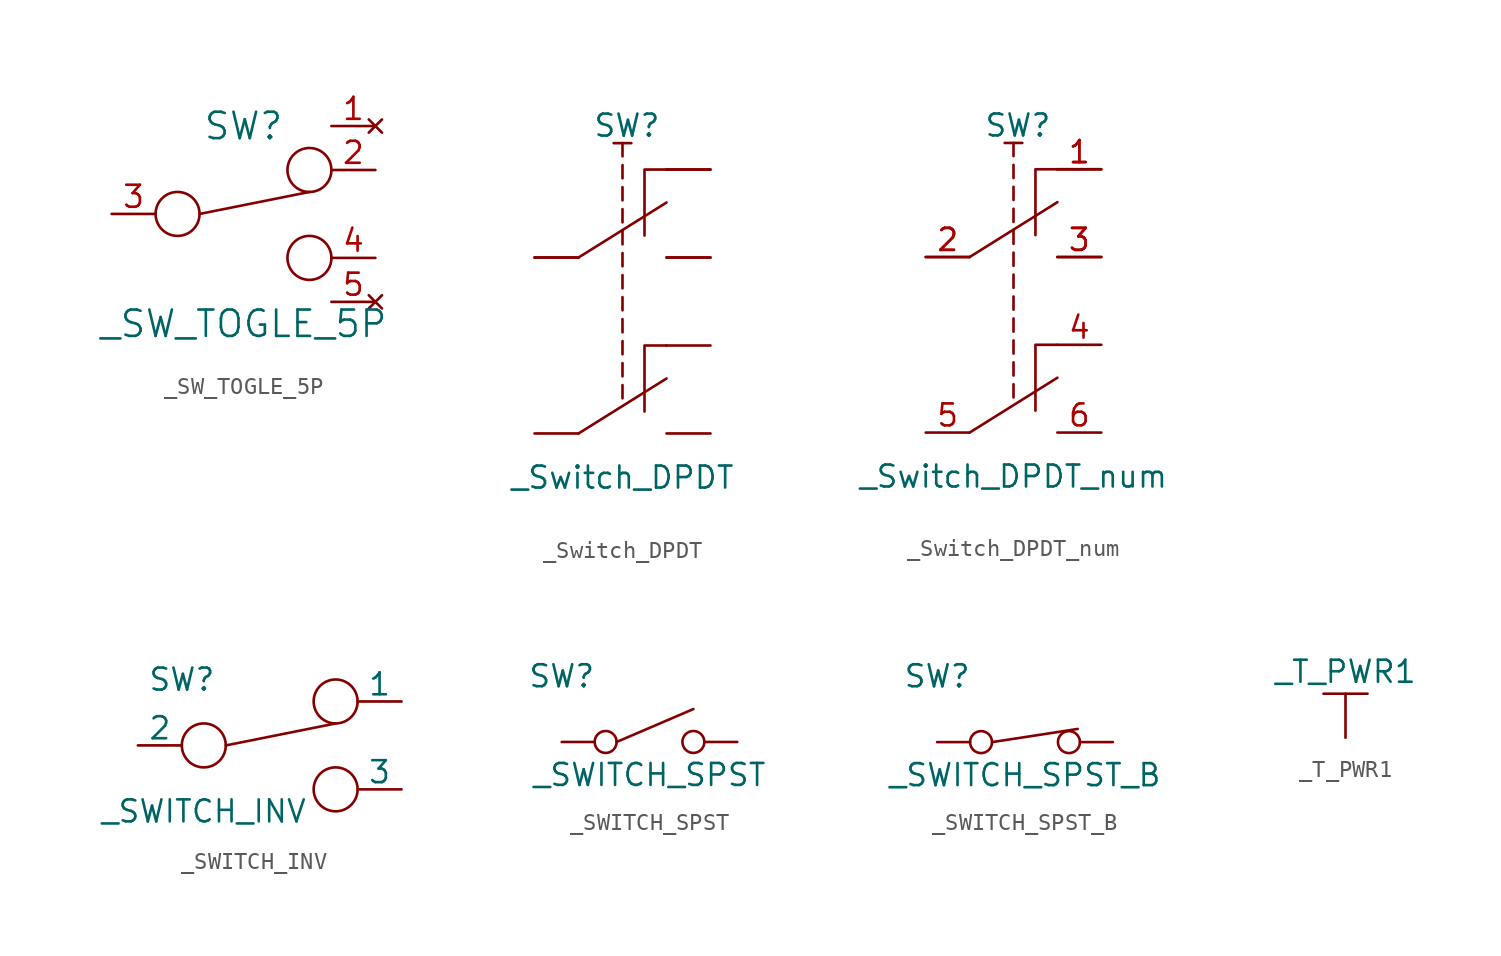
<source format=kicad_sym>
(kicad_symbol_lib
  (version 20220914)
  (generator kicad_symbol_editor)
  (symbol "_SW_TOGLE_5P"
    (pin_names
      (offset 1.016))
    (property "Reference" "SW"
      (at 0 5.08 0)
      (effects (font (size 1.524 1.524))))
    (property "Value" "_SW_TOGLE_5P"
      (at 0 -6.35 0)
      (effects (font (size 1.524 1.524))))
    (property "Footprint" ""
      (at 2.54 0 0)
      (effects (font (size 1.524 1.524))))
    (property "Datasheet" ""
      (at 2.54 0 0)
      (effects (font (size 1.524 1.524))))
    (symbol "_SW_TOGLE_5P_0_1"
      (circle (center -3.81 0) (radius 1.27) (stroke (width 0) (type solid)) (fill (type none)))
      (polyline (pts (xy -2.54 0) (xy 3.81 1.27)) (stroke (width 0) (type solid)) (fill (type none)))
      (circle (center 3.81 -2.54) (radius 1.27) (stroke (width 0) (type solid)) (fill (type none)))
      (circle (center 3.81 2.54) (radius 1.27) (stroke (width 0) (type solid)) (fill (type none))))
    (symbol "_SW_TOGLE_5P_1_1"
      (pin no_connect line (at 7.62 5.08 180) (length 2.54) (name "~" (effects (font (size 1.27 1.27)))) (number "1" (effects (font (size 1.27 1.27)))))
      (pin passive line (at 7.62 2.54 180) (length 2.54) (name "~" (effects (font (size 1.27 1.27)))) (number "2" (effects (font (size 1.27 1.27)))))
      (pin passive line (at -7.62 0 0) (length 2.54) (name "~" (effects (font (size 1.27 1.27)))) (number "3" (effects (font (size 1.27 1.27)))))
      (pin passive line (at 7.62 -2.54 180) (length 2.54) (name "~" (effects (font (size 1.27 1.27)))) (number "4" (effects (font (size 1.27 1.27)))))
      (pin no_connect line (at 7.62 -5.08 180) (length 2.54) (name "~" (effects (font (size 1.27 1.27)))) (number "5" (effects (font (size 1.27 1.27)))))))
  (symbol "_Switch_DPDT"
    (pin_numbers hide)
    (pin_names
      (offset 0) hide)
    (property "Reference" "SW"
      (at 0.254 10.16 0)
      (effects (font (size 1.27 1.27))))
    (property "Value" "_Switch_DPDT"
      (at 0 -10.16 0)
      (effects (font (size 1.27 1.27))))
    (property "Footprint" ""
      (at 0 5.08 0)
      (effects (font (size 1.27 1.27))))
    (property "Datasheet" ""
      (at 0 5.08 0)
      (effects (font (size 1.27 1.27))))
    (symbol "_Switch_DPDT_0_1"
      (polyline (pts (xy -2.54 -7.62) (xy 2.54 -4.445)) (stroke (width 0) (type solid)) (fill (type none)))
      (polyline (pts (xy -2.54 2.54) (xy 2.54 5.715)) (stroke (width 0) (type solid)) (fill (type none)))
      (polyline (pts (xy -0.508 9.144) (xy 0.508 9.144)) (stroke (width 0) (type solid)) (fill (type none)))
      (polyline (pts (xy 0 -5.588) (xy 0 -4.826)) (stroke (width 0) (type solid)) (fill (type none)))
      (polyline (pts (xy 0 -4.318) (xy 0 -3.556)) (stroke (width 0) (type solid)) (fill (type none)))
      (polyline (pts (xy 0 -3.048) (xy 0 -2.286)) (stroke (width 0) (type solid)) (fill (type none)))
      (polyline (pts (xy 0 -1.778) (xy 0 -1.016)) (stroke (width 0) (type solid)) (fill (type none)))
      (polyline (pts (xy 0 -0.508) (xy 0 0.254)) (stroke (width 0) (type solid)) (fill (type none)))
      (polyline (pts (xy 0 0.762) (xy 0 1.524)) (stroke (width 0) (type solid)) (fill (type none)))
      (polyline (pts (xy 0 2.032) (xy 0 2.794)) (stroke (width 0) (type solid)) (fill (type none)))
      (polyline (pts (xy 0 3.302) (xy 0 4.064)) (stroke (width 0) (type solid)) (fill (type none)))
      (polyline (pts (xy 0 4.572) (xy 0 5.334)) (stroke (width 0) (type solid)) (fill (type none)))
      (polyline (pts (xy 0 5.842) (xy 0 6.604)) (stroke (width 0) (type solid)) (fill (type none)))
      (polyline (pts (xy 0 7.112) (xy 0 7.874)) (stroke (width 0) (type solid)) (fill (type none)))
      (polyline (pts (xy 0 8.382) (xy 0 9.144)) (stroke (width 0) (type solid)) (fill (type none)))
      (polyline (pts (xy 2.54 -2.54) (xy 1.27 -2.54) (xy 1.27 -6.35)) (stroke (width 0) (type solid)) (fill (type none)))
      (polyline (pts (xy 2.54 7.62) (xy 1.27 7.62) (xy 1.27 3.81)) (stroke (width 0) (type solid)) (fill (type none))))
    (symbol "_Switch_DPDT_1_1"
      (pin passive line (at 5.08 7.62 180) (length 2.54) (name "A1" (effects (font (size 1.27 1.27)))) (number "1" (effects (font (size 1.27 1.27)))))
      (pin passive line (at 5.08 7.62 180) (length 2.54) (name "A1" (effects (font (size 1.27 1.27)))) (number "1" (effects (font (size 1.27 1.27)))))
      (pin passive line (at -5.08 2.54 0) (length 2.54) (name "B1" (effects (font (size 1.27 1.27)))) (number "2" (effects (font (size 1.27 1.27)))))
      (pin passive line (at -5.08 2.54 0) (length 2.54) (name "B1" (effects (font (size 1.27 1.27)))) (number "2" (effects (font (size 1.27 1.27)))))
      (pin passive line (at 5.08 2.54 180) (length 2.54) (name "C2" (effects (font (size 1.27 1.27)))) (number "3" (effects (font (size 1.27 1.27)))))
      (pin passive line (at 5.08 2.54 180) (length 2.54) (name "C2" (effects (font (size 1.27 1.27)))) (number "3" (effects (font (size 1.27 1.27)))))
      (pin passive line (at 5.08 -2.54 180) (length 2.54) (name "A2" (effects (font (size 1.27 1.27)))) (number "4" (effects (font (size 1.27 1.27)))))
      (pin passive line (at -5.08 -7.62 0) (length 2.54) (name "B2" (effects (font (size 1.27 1.27)))) (number "5" (effects (font (size 1.27 1.27)))))
      (pin passive line (at 5.08 -7.62 180) (length 2.54) (name "C2" (effects (font (size 1.27 1.27)))) (number "6" (effects (font (size 1.27 1.27)))))))
  (symbol "_Switch_DPDT_num"
    (pin_names
      (offset 0.025) hide)
    (property "Reference" "SW"
      (at 0.254 10.16 0)
      (effects (font (size 1.27 1.27))))
    (property "Value" "_Switch_DPDT_num"
      (at 0 -10.16 0)
      (effects (font (size 1.27 1.27))))
    (property "Footprint" ""
      (at 0 5.08 0)
      (effects (font (size 1.27 1.27))))
    (property "Datasheet" ""
      (at 0 5.08 0)
      (effects (font (size 1.27 1.27))))
    (symbol "_Switch_DPDT_num_0_1"
      (polyline (pts (xy -2.54 -7.62) (xy 2.54 -4.445)) (stroke (width 0) (type solid)) (fill (type none)))
      (polyline (pts (xy -2.54 2.54) (xy 2.54 5.715)) (stroke (width 0) (type solid)) (fill (type none)))
      (polyline (pts (xy -0.508 9.144) (xy 0.508 9.144)) (stroke (width 0) (type solid)) (fill (type none)))
      (polyline (pts (xy 0 -5.588) (xy 0 -4.826)) (stroke (width 0) (type solid)) (fill (type none)))
      (polyline (pts (xy 0 -4.318) (xy 0 -3.556)) (stroke (width 0) (type solid)) (fill (type none)))
      (polyline (pts (xy 0 -3.048) (xy 0 -2.286)) (stroke (width 0) (type solid)) (fill (type none)))
      (polyline (pts (xy 0 -1.778) (xy 0 -1.016)) (stroke (width 0) (type solid)) (fill (type none)))
      (polyline (pts (xy 0 -0.508) (xy 0 0.254)) (stroke (width 0) (type solid)) (fill (type none)))
      (polyline (pts (xy 0 0.762) (xy 0 1.524)) (stroke (width 0) (type solid)) (fill (type none)))
      (polyline (pts (xy 0 2.032) (xy 0 2.794)) (stroke (width 0) (type solid)) (fill (type none)))
      (polyline (pts (xy 0 3.302) (xy 0 4.064)) (stroke (width 0) (type solid)) (fill (type none)))
      (polyline (pts (xy 0 4.572) (xy 0 5.334)) (stroke (width 0) (type solid)) (fill (type none)))
      (polyline (pts (xy 0 5.842) (xy 0 6.604)) (stroke (width 0) (type solid)) (fill (type none)))
      (polyline (pts (xy 0 7.112) (xy 0 7.874)) (stroke (width 0) (type solid)) (fill (type none)))
      (polyline (pts (xy 0 8.382) (xy 0 9.144)) (stroke (width 0) (type solid)) (fill (type none)))
      (polyline (pts (xy 2.54 -2.54) (xy 1.27 -2.54) (xy 1.27 -6.35)) (stroke (width 0) (type solid)) (fill (type none)))
      (polyline (pts (xy 2.54 7.62) (xy 1.27 7.62) (xy 1.27 3.81)) (stroke (width 0) (type solid)) (fill (type none))))
    (symbol "_Switch_DPDT_num_1_1"
      (pin passive line (at 5.08 7.62 180) (length 2.54) (name "A1" (effects (font (size 1.27 1.27)))) (number "1" (effects (font (size 1.27 1.27)))))
      (pin passive line (at 5.08 7.62 180) (length 2.54) (name "A1" (effects (font (size 1.27 1.27)))) (number "1" (effects (font (size 1.27 1.27)))))
      (pin passive line (at -5.08 2.54 0) (length 2.54) (name "B1" (effects (font (size 1.27 1.27)))) (number "2" (effects (font (size 1.27 1.27)))))
      (pin passive line (at -5.08 2.54 0) (length 2.54) (name "B1" (effects (font (size 1.27 1.27)))) (number "2" (effects (font (size 1.27 1.27)))))
      (pin passive line (at 5.08 2.54 180) (length 2.54) (name "C2" (effects (font (size 1.27 1.27)))) (number "3" (effects (font (size 1.27 1.27)))))
      (pin passive line (at 5.08 2.54 180) (length 2.54) (name "C2" (effects (font (size 1.27 1.27)))) (number "3" (effects (font (size 1.27 1.27)))))
      (pin passive line (at 5.08 -2.54 180) (length 2.54) (name "A2" (effects (font (size 1.27 1.27)))) (number "4" (effects (font (size 1.27 1.27)))))
      (pin passive line (at -5.08 -7.62 0) (length 2.54) (name "B2" (effects (font (size 1.27 1.27)))) (number "5" (effects (font (size 1.27 1.27)))))
      (pin passive line (at 5.08 -7.62 180) (length 2.54) (name "C2" (effects (font (size 1.27 1.27)))) (number "6" (effects (font (size 1.27 1.27)))))))
  (symbol "_SWITCH_INV"
    (pin_numbers hide)
    (pin_names
      (offset 0))
    (property "Reference" "SW"
      (at -5.08 3.81 0)
      (effects (font (size 1.27 1.27))))
    (property "Value" "_SWITCH_INV"
      (at -3.81 -3.81 0)
      (effects (font (size 1.27 1.27))))
    (property "Footprint" ""
      (at 0 0 0)
      (effects (font (size 1.27 1.27))))
    (property "Datasheet" ""
      (at 0 0 0)
      (effects (font (size 1.27 1.27))))
    (symbol "_SWITCH_INV_0_0"
      (circle (center -3.81 0) (radius 1.27) (stroke (width 0) (type solid)) (fill (type none)))
      (circle (center 3.81 -2.54) (radius 1.27) (stroke (width 0) (type solid)) (fill (type none))))
    (symbol "_SWITCH_INV_0_1"
      (polyline (pts (xy -2.54 0) (xy 3.81 1.27)) (stroke (width 0) (type solid)) (fill (type none)))
      (circle (center 3.81 2.54) (radius 1.27) (stroke (width 0) (type solid)) (fill (type none))))
    (symbol "_SWITCH_INV_1_1"
      (pin passive line (at 7.62 2.54 180) (length 2.54) (name "1" (effects (font (size 1.27 1.27)))) (number "1" (effects (font (size 1.27 1.27)))))
      (pin passive line (at -7.62 0 0) (length 2.54) (name "2" (effects (font (size 1.27 1.27)))) (number "2" (effects (font (size 1.27 1.27)))))
      (pin passive line (at 7.62 -2.54 180) (length 2.54) (name "3" (effects (font (size 1.27 1.27)))) (number "3" (effects (font (size 1.27 1.27)))))))
  (symbol "_SWITCH_SPST"
    (pin_numbers hide)
    (pin_names
      (offset 0))
    (property "Reference" "SW"
      (at -5.08 3.81 0)
      (effects (font (size 1.27 1.27))))
    (property "Value" "_SWITCH_SPST"
      (at 0 -1.905 0)
      (effects (font (size 1.27 1.27))))
    (property "Footprint" ""
      (at 0 0 0)
      (effects (font (size 1.27 1.27))))
    (property "Datasheet" ""
      (at 0 0 0)
      (effects (font (size 1.27 1.27))))
    (symbol "_SWITCH_SPST_0_1"
      (circle (center -2.54 0) (radius 0.635) (stroke (width 0) (type solid)) (fill (type none)))
      (polyline (pts (xy -1.905 0) (xy 2.54 1.905)) (stroke (width 0) (type solid)) (fill (type none)))
      (circle (center 2.54 0) (radius 0.635) (stroke (width 0) (type solid)) (fill (type none))))
    (symbol "_SWITCH_SPST_1_1"
      (pin passive line (at 5.08 0 180) (length 1.905) (name "~" (effects (font (size 1.27 1.27)))) (number "1" (effects (font (size 1.27 1.27)))))
      (pin passive line (at -5.08 0 0) (length 1.905) (name "~" (effects (font (size 1.27 1.27)))) (number "2" (effects (font (size 1.27 1.27)))))))
  (symbol "_SWITCH_SPST_B"
    (pin_numbers hide)
    (pin_names
      (offset 0))
    (property "Reference" "SW"
      (at -5.08 3.81 0)
      (effects (font (size 1.27 1.27))))
    (property "Value" "_SWITCH_SPST_B"
      (at 0 -1.905 0)
      (effects (font (size 1.27 1.27))))
    (property "Footprint" ""
      (at 0 0 0)
      (effects (font (size 1.27 1.27))))
    (property "Datasheet" ""
      (at 0 0 0)
      (effects (font (size 1.27 1.27))))
    (symbol "_SWITCH_SPST_B_0_1"
      (circle (center -2.54 0) (radius 0.635) (stroke (width 0) (type solid)) (fill (type none)))
      (polyline (pts (xy -1.905 0) (xy 3.048 0.762)) (stroke (width 0) (type solid)) (fill (type none)))
      (circle (center 2.54 0) (radius 0.635) (stroke (width 0) (type solid)) (fill (type none))))
    (symbol "_SWITCH_SPST_B_1_1"
      (pin passive line (at 5.08 0 180) (length 1.905) (name "~" (effects (font (size 1.27 1.27)))) (number "1" (effects (font (size 1.27 1.27)))))
      (pin passive line (at -5.08 0 0) (length 1.905) (name "~" (effects (font (size 1.27 1.27)))) (number "2" (effects (font (size 1.27 1.27)))))))
  (symbol "_T_PWR1"
    (pin_numbers hide)
    (pin_names
      (offset 0) hide)
    (property "Reference" "#PWR"
      (at 0 -3.81 0)
      (effects (font (size 1.27 1.27)) hide))
    (property "Value" "_T_PWR1"
      (at 0 2.54 0)
      (effects (font (size 1.27 1.27))))
    (property "Footprint" ""
      (at 0 0 0)
      (effects (font (size 1.27 1.27))))
    (property "Datasheet" ""
      (at 0 0 0)
      (effects (font (size 1.27 1.27))))
    (symbol "_T_PWR1_0_1"
      (polyline (pts (xy -1.27 1.27) (xy 1.27 1.27)) (stroke (width 0) (type solid)) (fill (type none))))
    (symbol "_T_PWR1_1_1"
      (pin passive line (at 0 -1.27 90) (length 2.54) (name "~" (effects (font (size 1.27 1.27)))) (number "1" (effects (font (size 1.27 1.27))))))))
</source>
